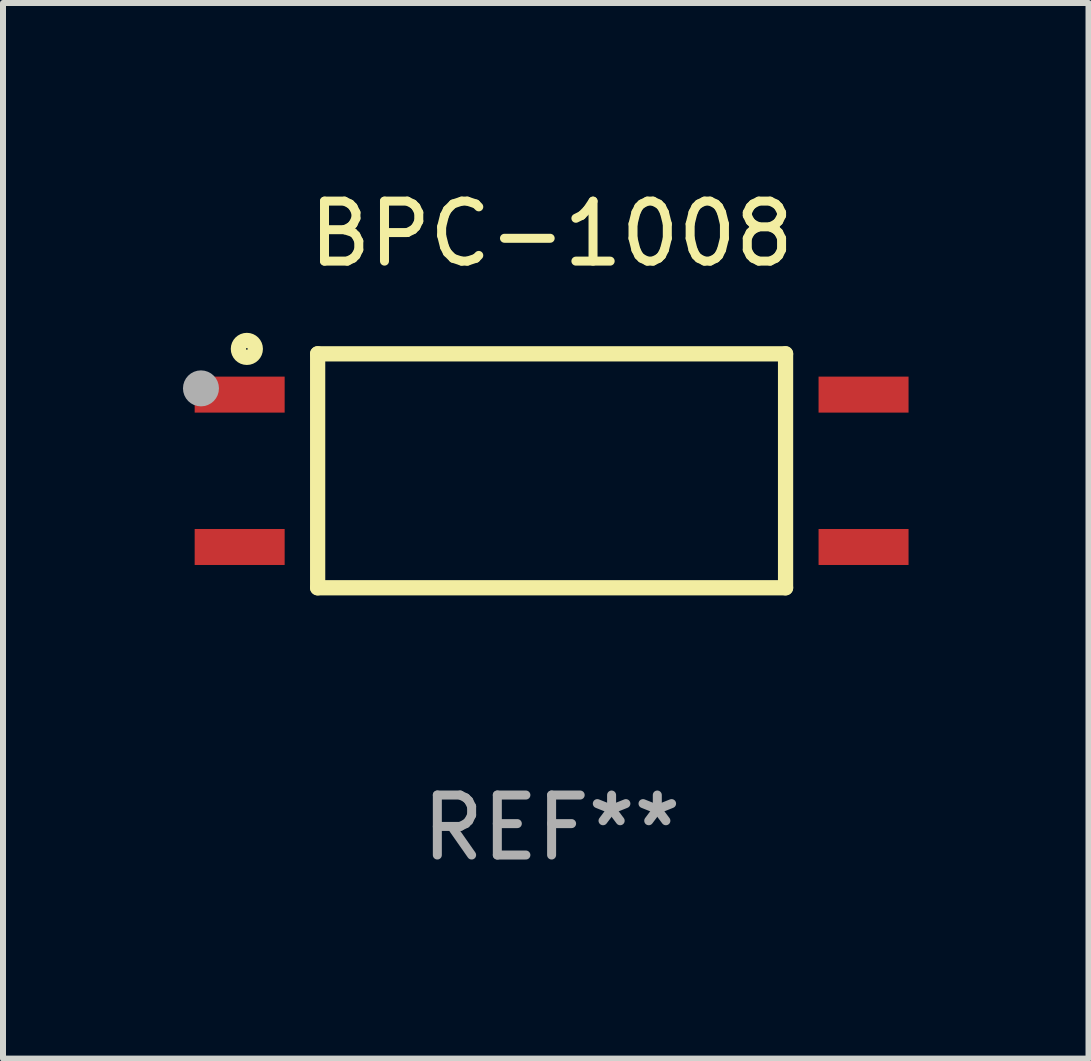
<source format=kicad_pcb>
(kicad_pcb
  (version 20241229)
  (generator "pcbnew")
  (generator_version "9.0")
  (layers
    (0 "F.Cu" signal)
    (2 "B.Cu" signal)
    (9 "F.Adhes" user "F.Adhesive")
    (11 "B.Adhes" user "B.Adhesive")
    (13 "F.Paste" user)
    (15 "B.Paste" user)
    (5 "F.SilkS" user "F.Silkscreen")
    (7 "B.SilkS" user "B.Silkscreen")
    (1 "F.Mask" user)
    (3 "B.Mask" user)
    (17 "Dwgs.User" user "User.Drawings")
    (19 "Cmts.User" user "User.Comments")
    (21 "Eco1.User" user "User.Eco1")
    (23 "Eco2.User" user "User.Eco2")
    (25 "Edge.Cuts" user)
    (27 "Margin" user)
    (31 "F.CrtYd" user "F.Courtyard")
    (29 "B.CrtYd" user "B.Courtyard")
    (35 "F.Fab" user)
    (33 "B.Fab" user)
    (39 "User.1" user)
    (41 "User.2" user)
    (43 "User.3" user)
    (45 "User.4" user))
  (footprint "BPC-1008"
    (layer "F.Cu")
    (at 6.145 4.798)
    (property "Reference" "BPC-1008" (at 0 -3.95 0) (layer "F.SilkS") (effects (font (size 1 1) (thickness 0.15))))
    (attr through_hole)
    (fp_line (start -3.9 -1.95) (end 3.9 -1.95) (stroke (width 0.254) (type solid)) (layer "F.SilkS"))
    (fp_line (start -3.9 1.95) (end -3.9 -1.95) (stroke (width 0.254) (type solid)) (layer "F.SilkS"))
    (fp_line (start 3.9 -1.95) (end 3.9 1.95) (stroke (width 0.254) (type solid)) (layer "F.SilkS"))
    (fp_line (start 3.9 1.95) (end -3.9 1.95) (stroke (width 0.254) (type solid)) (layer "F.SilkS"))
    (fp_circle (center -5.1 -1.845) (end -5.07 -1.845) (stroke (width 0.06) (type solid)) (fill no) (layer "F.SilkS"))
    (fp_circle (center -5.08 -2.032) (end -4.939 -2.032) (stroke (width 0.254) (type solid)) (fill no) (layer "F.SilkS"))
    (fp_circle (center -5.845 -1.374) (end -5.695 -1.374) (stroke (width 0.3) (type solid)) (fill no) (layer "F.Fab"))
    (fp_text user "REF**" (at 0 5.95 0) (layer "F.Fab") (effects (font (size 1 1) (thickness 0.15))))
    (pad "1" smd rect (at -5.2 -1.27 90) (size 0.6 1.5) (layers "F.Cu" "F.Mask" "F.Paste"))
    (pad "2" smd rect (at -5.2 1.27 90) (size 0.6 1.5) (layers "F.Cu" "F.Mask" "F.Paste"))
    (pad "3" smd rect (at 5.2 1.27 90) (size 0.6 1.5) (layers "F.Cu" "F.Mask" "F.Paste"))
    (pad "4" smd rect (at 5.2 -1.27 90) (size 0.6 1.5) (layers "F.Cu" "F.Mask" "F.Paste")))
  (gr_rect
    (start -3 -3)
    (end 15.095 14.596)
    (stroke (width 0.1) (type default))
    (fill no)
    (layer "Edge.Cuts")))
</source>
